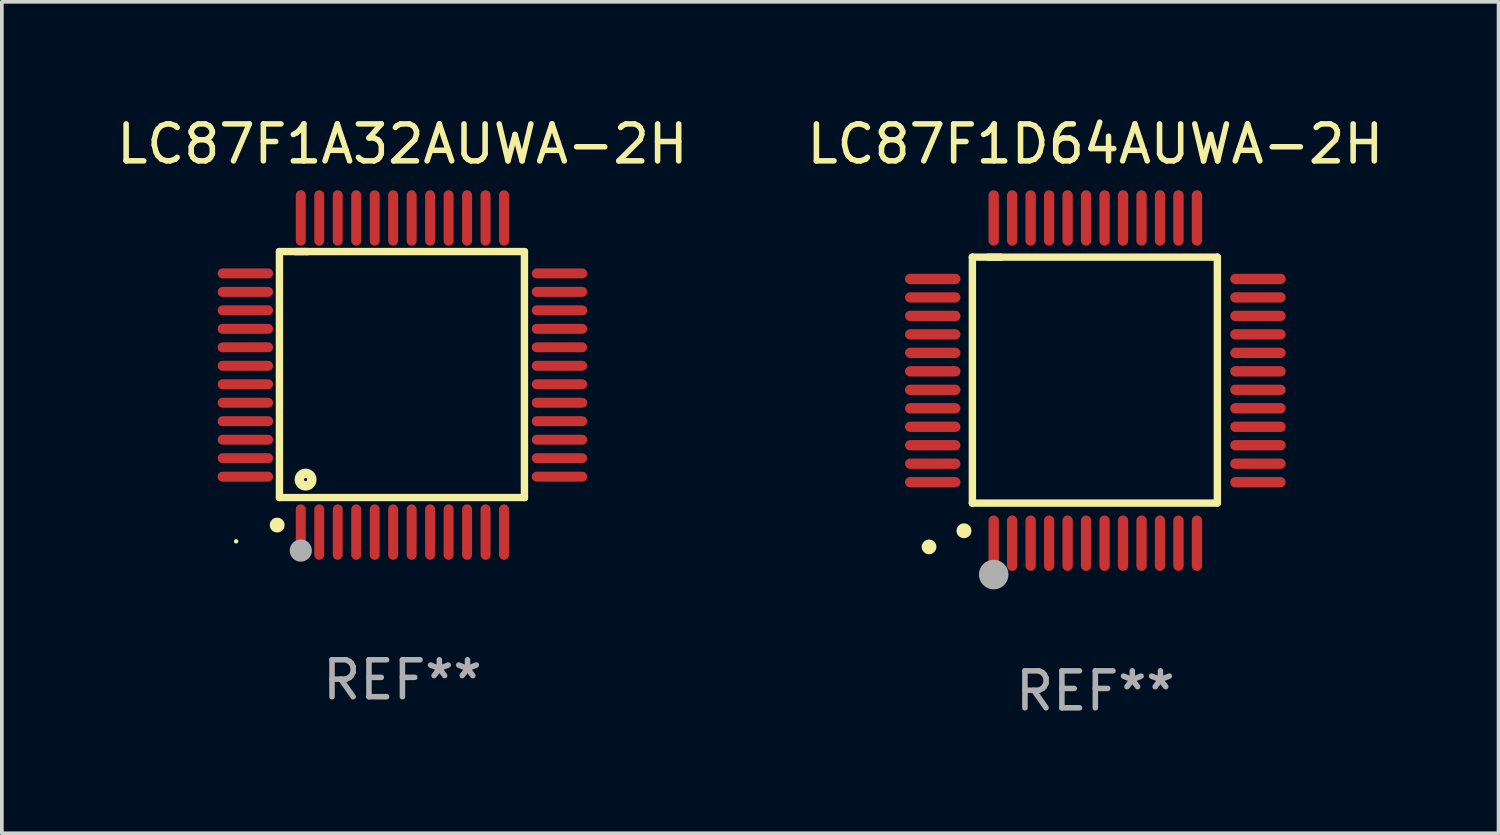
<source format=kicad_pcb>
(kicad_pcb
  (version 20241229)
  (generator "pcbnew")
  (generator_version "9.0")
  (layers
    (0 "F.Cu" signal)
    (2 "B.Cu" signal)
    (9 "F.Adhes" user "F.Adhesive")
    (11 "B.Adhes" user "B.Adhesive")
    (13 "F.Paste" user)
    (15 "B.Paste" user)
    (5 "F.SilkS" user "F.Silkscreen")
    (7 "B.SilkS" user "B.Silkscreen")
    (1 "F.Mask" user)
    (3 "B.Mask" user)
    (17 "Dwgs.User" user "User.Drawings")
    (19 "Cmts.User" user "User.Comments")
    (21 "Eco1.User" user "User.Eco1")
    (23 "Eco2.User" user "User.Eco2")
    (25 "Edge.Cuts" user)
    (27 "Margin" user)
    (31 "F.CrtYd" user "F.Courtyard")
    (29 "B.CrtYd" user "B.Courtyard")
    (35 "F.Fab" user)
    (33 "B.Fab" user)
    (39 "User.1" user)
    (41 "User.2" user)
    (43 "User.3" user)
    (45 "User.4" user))
  (footprint "LC87F1A32AUWA-2H"
    (layer "F.Cu")
    (at 7.839 7.098)
    (property "Reference" "LC87F1A32AUWA-2H" (at 0 -6.25 0) (layer "F.SilkS") (effects (font (size 1 1) (thickness 0.15))))
    (attr through_hole)
    (fp_line (start -3.327 -3.34) (end -2.565 -3.34) (stroke (width 0.2) (type solid)) (layer "F.SilkS"))
    (fp_line (start -3.327 3.315) (end -3.327 -3.34) (stroke (width 0.2) (type solid)) (layer "F.SilkS"))
    (fp_line (start -2.896 -3.34) (end 3.302 -3.34) (stroke (width 0.2) (type solid)) (layer "F.SilkS"))
    (fp_line (start 3.302 -3.34) (end 3.302 3.315) (stroke (width 0.2) (type solid)) (layer "F.SilkS"))
    (fp_line (start 3.302 3.315) (end -3.327 3.315) (stroke (width 0.2) (type solid)) (layer "F.SilkS"))
    (fp_arc (start -3.389992 4.059995) (mid -3.388722 4.059991) (end -3.387452 4.059995) (stroke (width 0.4) (type solid)) (layer "F.SilkS"))
    (fp_circle (center -4.5 4.5) (end -4.47 4.5) (stroke (width 0.06) (type solid)) (fill no) (layer "F.SilkS"))
    (fp_circle (center -2.62 2.83) (end -2.45 2.83) (stroke (width 0.254) (type solid)) (fill no) (layer "F.SilkS"))
    (fp_circle (center -2.75 4.75) (end -2.6 4.75) (stroke (width 0.3) (type solid)) (fill no) (layer "F.Fab"))
    (fp_text user "REF**" (at 0 8.25 0) (layer "F.Fab") (effects (font (size 1 1) (thickness 0.15))))
    (pad "1" smd oval (at -2.75 4.25) (size 0.27 1.5) (layers "F.Cu" "F.Mask" "F.Paste"))
    (pad "2" smd oval (at -2.25 4.25) (size 0.27 1.5) (layers "F.Cu" "F.Mask" "F.Paste"))
    (pad "3" smd oval (at -1.75 4.25) (size 0.27 1.5) (layers "F.Cu" "F.Mask" "F.Paste"))
    (pad "4" smd oval (at -1.25 4.25) (size 0.27 1.5) (layers "F.Cu" "F.Mask" "F.Paste"))
    (pad "5" smd oval (at -0.75 4.25) (size 0.27 1.5) (layers "F.Cu" "F.Mask" "F.Paste"))
    (pad "6" smd oval (at -0.25 4.25) (size 0.27 1.5) (layers "F.Cu" "F.Mask" "F.Paste"))
    (pad "7" smd oval (at 0.25 4.25) (size 0.27 1.5) (layers "F.Cu" "F.Mask" "F.Paste"))
    (pad "8" smd oval (at 0.75 4.25) (size 0.27 1.5) (layers "F.Cu" "F.Mask" "F.Paste"))
    (pad "9" smd oval (at 1.25 4.25) (size 0.27 1.5) (layers "F.Cu" "F.Mask" "F.Paste"))
    (pad "10" smd oval (at 1.75 4.25) (size 0.27 1.5) (layers "F.Cu" "F.Mask" "F.Paste"))
    (pad "11" smd oval (at 2.25 4.25) (size 0.27 1.5) (layers "F.Cu" "F.Mask" "F.Paste"))
    (pad "12" smd oval (at 2.75 4.25) (size 0.27 1.5) (layers "F.Cu" "F.Mask" "F.Paste"))
    (pad "13" smd oval (at 4.25 2.75) (size 1.5 0.27) (layers "F.Cu" "F.Mask" "F.Paste"))
    (pad "14" smd oval (at 4.25 2.25) (size 1.5 0.27) (layers "F.Cu" "F.Mask" "F.Paste"))
    (pad "15" smd oval (at 4.25 1.75) (size 1.5 0.27) (layers "F.Cu" "F.Mask" "F.Paste"))
    (pad "16" smd oval (at 4.25 1.25) (size 1.5 0.27) (layers "F.Cu" "F.Mask" "F.Paste"))
    (pad "17" smd oval (at 4.25 0.75) (size 1.5 0.27) (layers "F.Cu" "F.Mask" "F.Paste"))
    (pad "18" smd oval (at 4.25 0.25) (size 1.5 0.27) (layers "F.Cu" "F.Mask" "F.Paste"))
    (pad "19" smd oval (at 4.25 -0.25) (size 1.5 0.27) (layers "F.Cu" "F.Mask" "F.Paste"))
    (pad "20" smd oval (at 4.25 -0.75) (size 1.5 0.27) (layers "F.Cu" "F.Mask" "F.Paste"))
    (pad "21" smd oval (at 4.25 -1.25) (size 1.5 0.27) (layers "F.Cu" "F.Mask" "F.Paste"))
    (pad "22" smd oval (at 4.25 -1.75) (size 1.5 0.27) (layers "F.Cu" "F.Mask" "F.Paste"))
    (pad "23" smd oval (at 4.25 -2.25) (size 1.5 0.27) (layers "F.Cu" "F.Mask" "F.Paste"))
    (pad "24" smd oval (at 4.25 -2.75) (size 1.5 0.27) (layers "F.Cu" "F.Mask" "F.Paste"))
    (pad "25" smd oval (at 2.75 -4.25) (size 0.27 1.5) (layers "F.Cu" "F.Mask" "F.Paste"))
    (pad "26" smd oval (at 2.25 -4.25) (size 0.27 1.5) (layers "F.Cu" "F.Mask" "F.Paste"))
    (pad "27" smd oval (at 1.75 -4.25) (size 0.27 1.5) (layers "F.Cu" "F.Mask" "F.Paste"))
    (pad "28" smd oval (at 1.25 -4.25) (size 0.27 1.5) (layers "F.Cu" "F.Mask" "F.Paste"))
    (pad "29" smd oval (at 0.75 -4.25) (size 0.27 1.5) (layers "F.Cu" "F.Mask" "F.Paste"))
    (pad "30" smd oval (at 0.25 -4.25) (size 0.27 1.5) (layers "F.Cu" "F.Mask" "F.Paste"))
    (pad "31" smd oval (at -0.25 -4.25) (size 0.27 1.5) (layers "F.Cu" "F.Mask" "F.Paste"))
    (pad "32" smd oval (at -0.75 -4.25) (size 0.27 1.5) (layers "F.Cu" "F.Mask" "F.Paste"))
    (pad "33" smd oval (at -1.25 -4.25) (size 0.27 1.5) (layers "F.Cu" "F.Mask" "F.Paste"))
    (pad "34" smd oval (at -1.75 -4.25) (size 0.27 1.5) (layers "F.Cu" "F.Mask" "F.Paste"))
    (pad "35" smd oval (at -2.25 -4.25) (size 0.27 1.5) (layers "F.Cu" "F.Mask" "F.Paste"))
    (pad "36" smd oval (at -2.75 -4.25) (size 0.27 1.5) (layers "F.Cu" "F.Mask" "F.Paste"))
    (pad "37" smd oval (at -4.25 -2.75) (size 1.5 0.27) (layers "F.Cu" "F.Mask" "F.Paste"))
    (pad "38" smd oval (at -4.25 -2.25) (size 1.5 0.27) (layers "F.Cu" "F.Mask" "F.Paste"))
    (pad "39" smd oval (at -4.25 -1.75) (size 1.5 0.27) (layers "F.Cu" "F.Mask" "F.Paste"))
    (pad "40" smd oval (at -4.25 -1.25) (size 1.5 0.27) (layers "F.Cu" "F.Mask" "F.Paste"))
    (pad "41" smd oval (at -4.25 -0.75) (size 1.5 0.27) (layers "F.Cu" "F.Mask" "F.Paste"))
    (pad "42" smd oval (at -4.25 -0.25) (size 1.5 0.27) (layers "F.Cu" "F.Mask" "F.Paste"))
    (pad "43" smd oval (at -4.25 0.25) (size 1.5 0.27) (layers "F.Cu" "F.Mask" "F.Paste"))
    (pad "44" smd oval (at -4.25 0.75) (size 1.5 0.27) (layers "F.Cu" "F.Mask" "F.Paste"))
    (pad "45" smd oval (at -4.25 1.25) (size 1.5 0.27) (layers "F.Cu" "F.Mask" "F.Paste"))
    (pad "46" smd oval (at -4.25 1.75) (size 1.5 0.27) (layers "F.Cu" "F.Mask" "F.Paste"))
    (pad "47" smd oval (at -4.25 2.25) (size 1.5 0.27) (layers "F.Cu" "F.Mask" "F.Paste"))
    (pad "48" smd oval (at -4.25 2.75) (size 1.5 0.27) (layers "F.Cu" "F.Mask" "F.Paste")))
  (footprint "LC87F1D64AUWA-2H"
    (layer "F.Cu")
    (at 26.589 7.248)
    (property "Reference" "LC87F1D64AUWA-2H" (at 0 -6.4 0) (layer "F.SilkS") (effects (font (size 1 1) (thickness 0.15))))
    (attr through_hole)
    (fp_line (start -3.327 -3.34) (end -2.565 -3.34) (stroke (width 0.2) (type solid)) (layer "F.SilkS"))
    (fp_line (start -3.327 3.315) (end -3.327 -3.34) (stroke (width 0.2) (type solid)) (layer "F.SilkS"))
    (fp_line (start -2.896 -3.34) (end 3.302 -3.34) (stroke (width 0.2) (type solid)) (layer "F.SilkS"))
    (fp_line (start 3.302 -3.34) (end 3.302 3.315) (stroke (width 0.2) (type solid)) (layer "F.SilkS"))
    (fp_line (start 3.302 3.315) (end -3.327 3.315) (stroke (width 0.2) (type solid)) (layer "F.SilkS"))
    (fp_arc (start -3.556007 4.064008) (mid -3.554737 4.064004) (end -3.553467 4.064008) (stroke (width 0.4) (type solid)) (layer "F.SilkS"))
    (fp_circle (center -4.5 4.5) (end -4.4 4.5) (stroke (width 0.2) (type solid)) (fill no) (layer "F.SilkS"))
    (fp_circle (center -2.75 5.25) (end -2.55 5.25) (stroke (width 0.4) (type solid)) (fill no) (layer "F.Fab"))
    (fp_text user "REF**" (at 0 8.4 0) (layer "F.Fab") (effects (font (size 1 1) (thickness 0.15))))
    (pad "1" smd oval (at -2.75 4.4 180) (size 0.28 1.5) (layers "F.Cu" "F.Mask" "F.Paste"))
    (pad "2" smd oval (at -2.25 4.4 180) (size 0.28 1.5) (layers "F.Cu" "F.Mask" "F.Paste"))
    (pad "3" smd oval (at -1.75 4.4 180) (size 0.28 1.5) (layers "F.Cu" "F.Mask" "F.Paste"))
    (pad "4" smd oval (at -1.25 4.4 180) (size 0.28 1.5) (layers "F.Cu" "F.Mask" "F.Paste"))
    (pad "5" smd oval (at -0.75 4.4 180) (size 0.28 1.5) (layers "F.Cu" "F.Mask" "F.Paste"))
    (pad "6" smd oval (at -0.25 4.4 180) (size 0.28 1.5) (layers "F.Cu" "F.Mask" "F.Paste"))
    (pad "7" smd oval (at 0.25 4.4 180) (size 0.28 1.5) (layers "F.Cu" "F.Mask" "F.Paste"))
    (pad "8" smd oval (at 0.75 4.4 180) (size 0.28 1.5) (layers "F.Cu" "F.Mask" "F.Paste"))
    (pad "9" smd oval (at 1.25 4.4 180) (size 0.28 1.5) (layers "F.Cu" "F.Mask" "F.Paste"))
    (pad "10" smd oval (at 1.75 4.4 180) (size 0.28 1.5) (layers "F.Cu" "F.Mask" "F.Paste"))
    (pad "11" smd oval (at 2.25 4.4 180) (size 0.28 1.5) (layers "F.Cu" "F.Mask" "F.Paste"))
    (pad "12" smd oval (at 2.75 4.4 180) (size 0.28 1.5) (layers "F.Cu" "F.Mask" "F.Paste"))
    (pad "13" smd oval (at 4.4 2.75 90) (size 0.28 1.5) (layers "F.Cu" "F.Mask" "F.Paste"))
    (pad "14" smd oval (at 4.4 2.25 90) (size 0.28 1.5) (layers "F.Cu" "F.Mask" "F.Paste"))
    (pad "15" smd oval (at 4.4 1.75 90) (size 0.28 1.5) (layers "F.Cu" "F.Mask" "F.Paste"))
    (pad "16" smd oval (at 4.4 1.25 90) (size 0.28 1.5) (layers "F.Cu" "F.Mask" "F.Paste"))
    (pad "17" smd oval (at 4.4 0.75 90) (size 0.28 1.5) (layers "F.Cu" "F.Mask" "F.Paste"))
    (pad "18" smd oval (at 4.4 0.25 90) (size 0.28 1.5) (layers "F.Cu" "F.Mask" "F.Paste"))
    (pad "19" smd oval (at 4.4 -0.25 90) (size 0.28 1.5) (layers "F.Cu" "F.Mask" "F.Paste"))
    (pad "20" smd oval (at 4.4 -0.75 90) (size 0.28 1.5) (layers "F.Cu" "F.Mask" "F.Paste"))
    (pad "21" smd oval (at 4.4 -1.25 90) (size 0.28 1.5) (layers "F.Cu" "F.Mask" "F.Paste"))
    (pad "22" smd oval (at 4.4 -1.75 90) (size 0.28 1.5) (layers "F.Cu" "F.Mask" "F.Paste"))
    (pad "23" smd oval (at 4.4 -2.25 90) (size 0.28 1.5) (layers "F.Cu" "F.Mask" "F.Paste"))
    (pad "24" smd oval (at 4.4 -2.75 90) (size 0.28 1.5) (layers "F.Cu" "F.Mask" "F.Paste"))
    (pad "25" smd oval (at 2.75 -4.4 180) (size 0.28 1.5) (layers "F.Cu" "F.Mask" "F.Paste"))
    (pad "26" smd oval (at 2.25 -4.4 180) (size 0.28 1.5) (layers "F.Cu" "F.Mask" "F.Paste"))
    (pad "27" smd oval (at 1.75 -4.4 180) (size 0.28 1.5) (layers "F.Cu" "F.Mask" "F.Paste"))
    (pad "28" smd oval (at 1.25 -4.4 180) (size 0.28 1.5) (layers "F.Cu" "F.Mask" "F.Paste"))
    (pad "29" smd oval (at 0.75 -4.4 180) (size 0.28 1.5) (layers "F.Cu" "F.Mask" "F.Paste"))
    (pad "30" smd oval (at 0.25 -4.4 180) (size 0.28 1.5) (layers "F.Cu" "F.Mask" "F.Paste"))
    (pad "31" smd oval (at -0.25 -4.4 180) (size 0.28 1.5) (layers "F.Cu" "F.Mask" "F.Paste"))
    (pad "32" smd oval (at -0.75 -4.4 180) (size 0.28 1.5) (layers "F.Cu" "F.Mask" "F.Paste"))
    (pad "33" smd oval (at -1.25 -4.4 180) (size 0.28 1.5) (layers "F.Cu" "F.Mask" "F.Paste"))
    (pad "34" smd oval (at -1.75 -4.4 180) (size 0.28 1.5) (layers "F.Cu" "F.Mask" "F.Paste"))
    (pad "35" smd oval (at -2.25 -4.4 180) (size 0.28 1.5) (layers "F.Cu" "F.Mask" "F.Paste"))
    (pad "36" smd oval (at -2.75 -4.4 180) (size 0.28 1.5) (layers "F.Cu" "F.Mask" "F.Paste"))
    (pad "37" smd oval (at -4.4 -2.75 90) (size 0.28 1.5) (layers "F.Cu" "F.Mask" "F.Paste"))
    (pad "38" smd oval (at -4.4 -2.25 90) (size 0.28 1.5) (layers "F.Cu" "F.Mask" "F.Paste"))
    (pad "39" smd oval (at -4.4 -1.75 90) (size 0.28 1.5) (layers "F.Cu" "F.Mask" "F.Paste"))
    (pad "40" smd oval (at -4.4 -1.25 90) (size 0.28 1.5) (layers "F.Cu" "F.Mask" "F.Paste"))
    (pad "41" smd oval (at -4.4 -0.75 90) (size 0.28 1.5) (layers "F.Cu" "F.Mask" "F.Paste"))
    (pad "42" smd oval (at -4.4 -0.25 90) (size 0.28 1.5) (layers "F.Cu" "F.Mask" "F.Paste"))
    (pad "43" smd oval (at -4.4 0.25 90) (size 0.28 1.5) (layers "F.Cu" "F.Mask" "F.Paste"))
    (pad "44" smd oval (at -4.4 0.75 90) (size 0.28 1.5) (layers "F.Cu" "F.Mask" "F.Paste"))
    (pad "45" smd oval (at -4.4 1.25 90) (size 0.28 1.5) (layers "F.Cu" "F.Mask" "F.Paste"))
    (pad "46" smd oval (at -4.4 1.75 90) (size 0.28 1.5) (layers "F.Cu" "F.Mask" "F.Paste"))
    (pad "47" smd oval (at -4.4 2.25 90) (size 0.28 1.5) (layers "F.Cu" "F.Mask" "F.Paste"))
    (pad "48" smd oval (at -4.4 2.75 90) (size 0.28 1.5) (layers "F.Cu" "F.Mask" "F.Paste")))
  (gr_rect
    (start -3 -3)
    (end 37.5 19.497)
    (stroke (width 0.1) (type default))
    (fill no)
    (layer "Edge.Cuts")))
</source>
